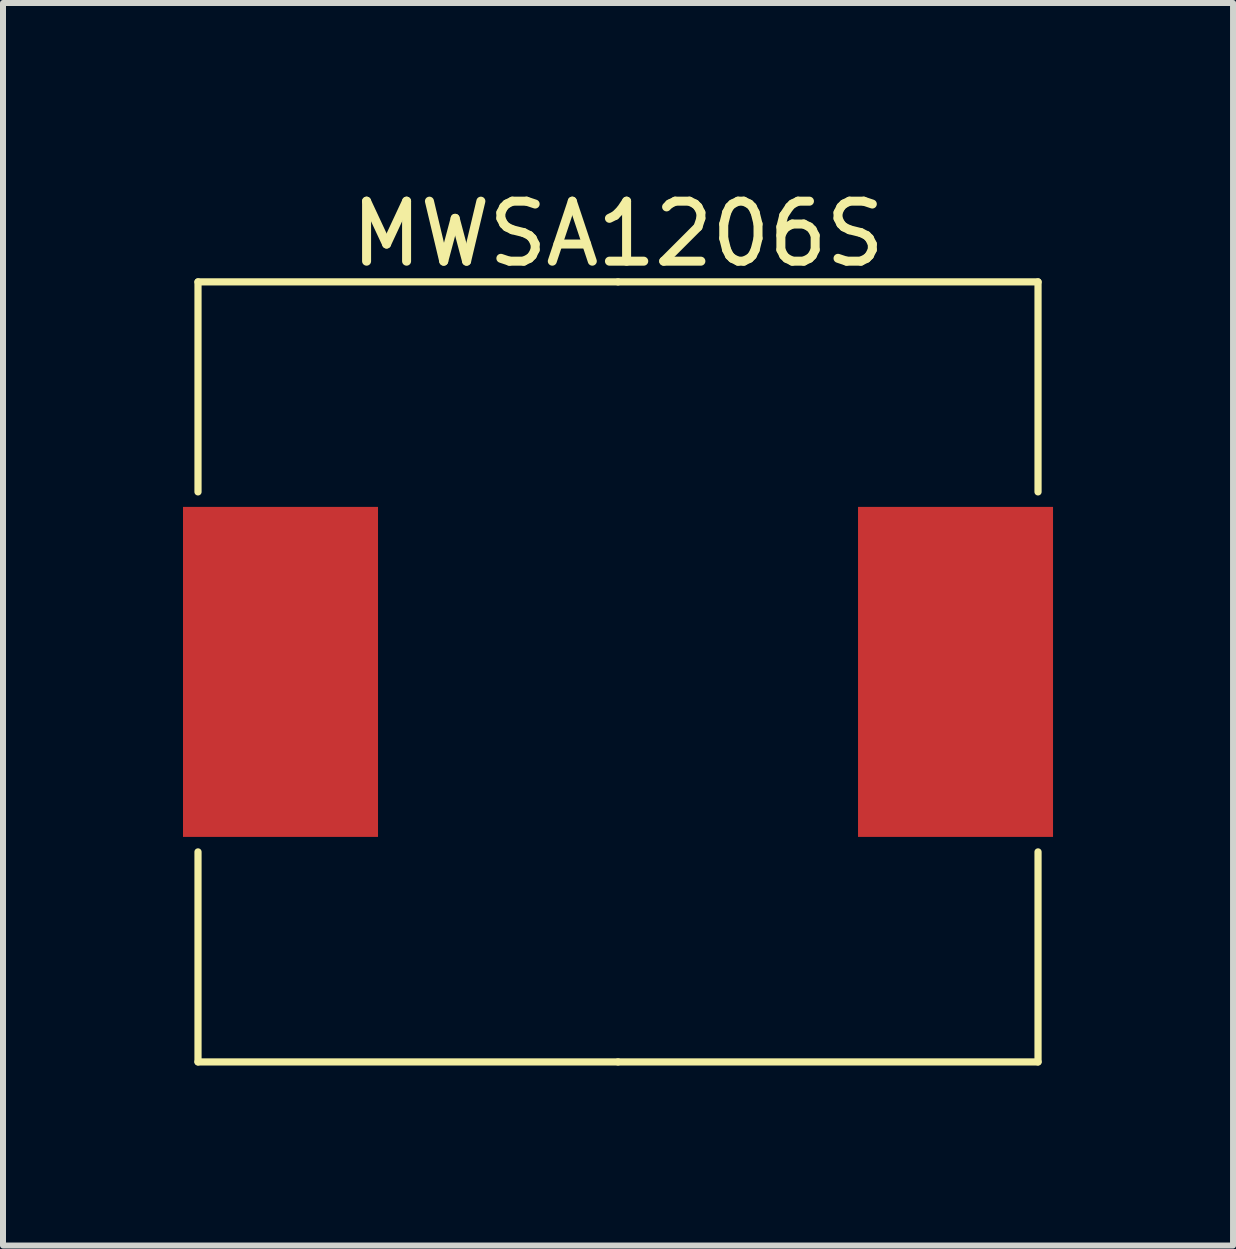
<source format=kicad_pcb>
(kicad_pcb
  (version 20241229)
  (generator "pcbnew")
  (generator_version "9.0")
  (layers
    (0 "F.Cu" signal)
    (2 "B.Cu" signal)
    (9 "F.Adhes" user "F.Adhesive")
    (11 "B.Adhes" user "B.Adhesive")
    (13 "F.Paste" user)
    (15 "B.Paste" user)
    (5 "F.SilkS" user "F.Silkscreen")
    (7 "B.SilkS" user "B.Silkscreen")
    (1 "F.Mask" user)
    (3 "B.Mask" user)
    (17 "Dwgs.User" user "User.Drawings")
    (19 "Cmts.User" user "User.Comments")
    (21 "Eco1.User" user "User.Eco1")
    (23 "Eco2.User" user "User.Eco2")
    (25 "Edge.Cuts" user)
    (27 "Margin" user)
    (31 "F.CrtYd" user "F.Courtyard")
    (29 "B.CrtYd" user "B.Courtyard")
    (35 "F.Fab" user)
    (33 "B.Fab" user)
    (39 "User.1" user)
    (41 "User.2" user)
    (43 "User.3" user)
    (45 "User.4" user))
  (footprint "MWSA1206S"
    (layer "F.Cu")
    (at 7.25 8.148)
    (property "Reference" "MWSA1206S" (at 0 -7.3 0) (layer "F.SilkS") (effects (font (size 1 1) (thickness 0.15))))
    (attr through_hole)
    (fp_line (start -7 -6.5) (end -7 -3) (stroke (width 0.12) (type solid)) (layer "F.SilkS"))
    (fp_line (start -7 -6.5) (end 0 -6.5) (stroke (width 0.12) (type solid)) (layer "F.SilkS"))
    (fp_line (start -7 6.5) (end -7 3) (stroke (width 0.12) (type solid)) (layer "F.SilkS"))
    (fp_line (start -7 6.5) (end 0 6.5) (stroke (width 0.12) (type solid)) (layer "F.SilkS"))
    (fp_line (start 7 -6.5) (end 0 -6.5) (stroke (width 0.12) (type solid)) (layer "F.SilkS"))
    (fp_line (start 7 -6.5) (end 7 -3) (stroke (width 0.12) (type solid)) (layer "F.SilkS"))
    (fp_line (start 7 6.5) (end 0 6.5) (stroke (width 0.12) (type solid)) (layer "F.SilkS"))
    (fp_line (start 7 6.5) (end 7 3) (stroke (width 0.12) (type solid)) (layer "F.SilkS"))
    (pad "1" smd rect (at -5.625 0) (size 3.25 5.5) (layers "F.Cu" "F.Mask" "F.Paste"))
    (pad "2" smd rect (at 5.625 0) (size 3.25 5.5) (layers "F.Cu" "F.Mask" "F.Paste")))
  (gr_rect
    (start -3 -3)
    (end 17.5 17.708)
    (stroke (width 0.1) (type default))
    (fill no)
    (layer "Edge.Cuts")))
</source>
